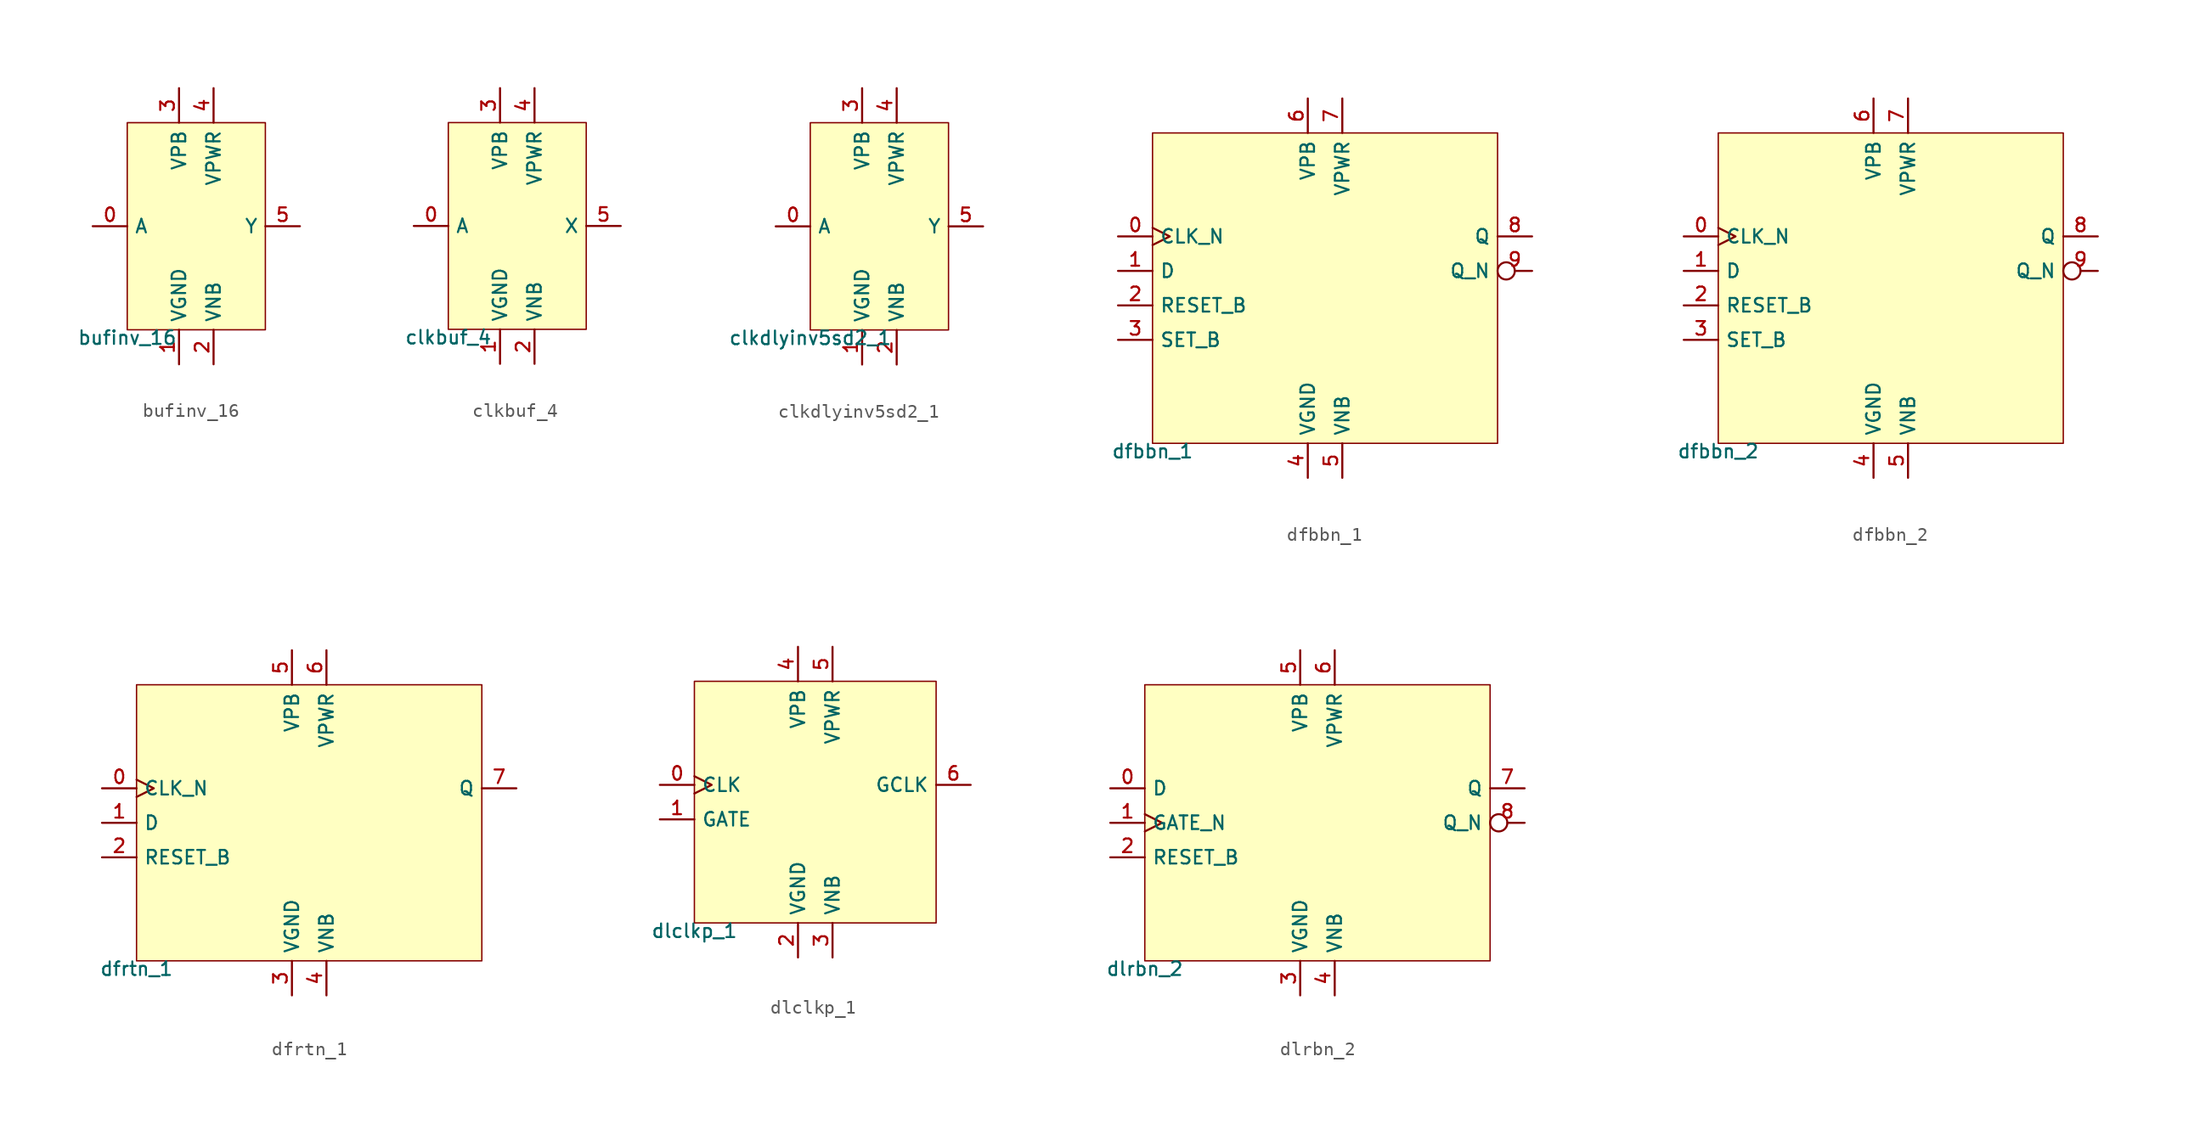
<source format=kicad_sym>
(kicad_symbol_lib
  (version 20211014)
  (generator lef2kicad_sym)
  (symbol "bufinv_16"
    (property "Reference" "CELL"
      (at 0 0 0)
      (effects (font (size 1 1)) hide))
    (property "Value" "bufinv_16"
      (at -5.08 -7.62 0)
      (effects (font (size 1 1)) (justify top)))
    (rectangle
      (start -5.08 -7.62)
      (end 5.08 7.62)
      (stroke (width 0.1) (type solid) (color 0 0 0 0))
      (fill (type background)))
    (pin input line
      (at -7.62 0.0 0)
      (length 2.54)
      (name "A" (effects (font (size 1 1)) hide))
      (number "0" (effects (font (size 1 1)) hide)))
    (pin power_in line
      (at -1.27 -10.16 90)
      (length 2.54)
      (name "VGND" (effects (font (size 1 1)) hide))
      (number "1" (effects (font (size 1 1)) hide)))
    (pin power_in line
      (at 1.27 -10.16 90)
      (length 2.54)
      (name "VNB" (effects (font (size 1 1)) hide))
      (number "2" (effects (font (size 1 1)) hide)))
    (pin power_in line
      (at -1.27 10.16 270)
      (length 2.54)
      (name "VPB" (effects (font (size 1 1)) hide))
      (number "3" (effects (font (size 1 1)) hide)))
    (pin power_in line
      (at 1.27 10.16 270)
      (length 2.54)
      (name "VPWR" (effects (font (size 1 1)) hide))
      (number "4" (effects (font (size 1 1)) hide)))
    (pin output line
      (at 7.62 0.0 180)
      (length 2.54)
      (name "Y" (effects (font (size 1 1)) hide))
      (number "5" (effects (font (size 1 1)) hide))))
  (symbol "clkbuf_4"
    (property "Reference" "CELL"
      (at 0 0 0)
      (effects (font (size 1 1)) hide))
    (property "Value" "clkbuf_4"
      (at -5.08 -7.62 0)
      (effects (font (size 1 1)) (justify top)))
    (rectangle
      (start -5.08 -7.62)
      (end 5.08 7.62)
      (stroke (width 0.1) (type solid) (color 0 0 0 0))
      (fill (type background)))
    (pin input line
      (at -7.62 0.0 0)
      (length 2.54)
      (name "A" (effects (font (size 1 1)) hide))
      (number "0" (effects (font (size 1 1)) hide)))
    (pin power_in line
      (at -1.27 -10.16 90)
      (length 2.54)
      (name "VGND" (effects (font (size 1 1)) hide))
      (number "1" (effects (font (size 1 1)) hide)))
    (pin power_in line
      (at 1.27 -10.16 90)
      (length 2.54)
      (name "VNB" (effects (font (size 1 1)) hide))
      (number "2" (effects (font (size 1 1)) hide)))
    (pin power_in line
      (at -1.27 10.16 270)
      (length 2.54)
      (name "VPB" (effects (font (size 1 1)) hide))
      (number "3" (effects (font (size 1 1)) hide)))
    (pin power_in line
      (at 1.27 10.16 270)
      (length 2.54)
      (name "VPWR" (effects (font (size 1 1)) hide))
      (number "4" (effects (font (size 1 1)) hide)))
    (pin output line
      (at 7.62 0.0 180)
      (length 2.54)
      (name "X" (effects (font (size 1 1)) hide))
      (number "5" (effects (font (size 1 1)) hide))))
  (symbol "clkdlyinv5sd2_1"
    (property "Reference" "CELL"
      (at 0 0 0)
      (effects (font (size 1 1)) hide))
    (property "Value" "clkdlyinv5sd2_1"
      (at -5.08 -7.62 0)
      (effects (font (size 1 1)) (justify top)))
    (rectangle
      (start -5.08 -7.62)
      (end 5.08 7.62)
      (stroke (width 0.1) (type solid) (color 0 0 0 0))
      (fill (type background)))
    (pin input line
      (at -7.62 0.0 0)
      (length 2.54)
      (name "A" (effects (font (size 1 1)) hide))
      (number "0" (effects (font (size 1 1)) hide)))
    (pin power_in line
      (at -1.27 -10.16 90)
      (length 2.54)
      (name "VGND" (effects (font (size 1 1)) hide))
      (number "1" (effects (font (size 1 1)) hide)))
    (pin power_in line
      (at 1.27 -10.16 90)
      (length 2.54)
      (name "VNB" (effects (font (size 1 1)) hide))
      (number "2" (effects (font (size 1 1)) hide)))
    (pin power_in line
      (at -1.27 10.16 270)
      (length 2.54)
      (name "VPB" (effects (font (size 1 1)) hide))
      (number "3" (effects (font (size 1 1)) hide)))
    (pin power_in line
      (at 1.27 10.16 270)
      (length 2.54)
      (name "VPWR" (effects (font (size 1 1)) hide))
      (number "4" (effects (font (size 1 1)) hide)))
    (pin output line
      (at 7.62 0.0 180)
      (length 2.54)
      (name "Y" (effects (font (size 1 1)) hide))
      (number "5" (effects (font (size 1 1)) hide))))
  (symbol "dfbbn_1"
    (property "Reference" "CELL"
      (at 0 0 0)
      (effects (font (size 1 1)) hide))
    (property "Value" "dfbbn_1"
      (at -12.7 -11.43 0)
      (effects (font (size 1 1)) (justify top)))
    (rectangle
      (start -12.7 -11.43)
      (end 12.7 11.43)
      (stroke (width 0.1) (type solid) (color 0 0 0 0))
      (fill (type background)))
    (pin input clock
      (at -15.24 3.81 0)
      (length 2.54)
      (name "CLK_N" (effects (font (size 1 1)) hide))
      (number "0" (effects (font (size 1 1)) hide)))
    (pin input line
      (at -15.24 1.27 0)
      (length 2.54)
      (name "D" (effects (font (size 1 1)) hide))
      (number "1" (effects (font (size 1 1)) hide)))
    (pin input line
      (at -15.24 -1.27 0)
      (length 2.54)
      (name "RESET_B" (effects (font (size 1 1)) hide))
      (number "2" (effects (font (size 1 1)) hide)))
    (pin input line
      (at -15.24 -3.81 0)
      (length 2.54)
      (name "SET_B" (effects (font (size 1 1)) hide))
      (number "3" (effects (font (size 1 1)) hide)))
    (pin power_in line
      (at -1.27 -13.97 90)
      (length 2.54)
      (name "VGND" (effects (font (size 1 1)) hide))
      (number "4" (effects (font (size 1 1)) hide)))
    (pin power_in line
      (at 1.27 -13.97 90)
      (length 2.54)
      (name "VNB" (effects (font (size 1 1)) hide))
      (number "5" (effects (font (size 1 1)) hide)))
    (pin power_in line
      (at -1.27 13.97 270)
      (length 2.54)
      (name "VPB" (effects (font (size 1 1)) hide))
      (number "6" (effects (font (size 1 1)) hide)))
    (pin power_in line
      (at 1.27 13.97 270)
      (length 2.54)
      (name "VPWR" (effects (font (size 1 1)) hide))
      (number "7" (effects (font (size 1 1)) hide)))
    (pin output line
      (at 15.24 3.81 180)
      (length 2.54)
      (name "Q" (effects (font (size 1 1)) hide))
      (number "8" (effects (font (size 1 1)) hide)))
    (pin output inverted
      (at 15.24 1.27 180)
      (length 2.54)
      (name "Q_N" (effects (font (size 1 1)) hide))
      (number "9" (effects (font (size 1 1)) hide))))
  (symbol "dfbbn_2"
    (property "Reference" "CELL"
      (at 0 0 0)
      (effects (font (size 1 1)) hide))
    (property "Value" "dfbbn_2"
      (at -12.7 -11.43 0)
      (effects (font (size 1 1)) (justify top)))
    (rectangle
      (start -12.7 -11.43)
      (end 12.7 11.43)
      (stroke (width 0.1) (type solid) (color 0 0 0 0))
      (fill (type background)))
    (pin input clock
      (at -15.24 3.81 0)
      (length 2.54)
      (name "CLK_N" (effects (font (size 1 1)) hide))
      (number "0" (effects (font (size 1 1)) hide)))
    (pin input line
      (at -15.24 1.27 0)
      (length 2.54)
      (name "D" (effects (font (size 1 1)) hide))
      (number "1" (effects (font (size 1 1)) hide)))
    (pin input line
      (at -15.24 -1.27 0)
      (length 2.54)
      (name "RESET_B" (effects (font (size 1 1)) hide))
      (number "2" (effects (font (size 1 1)) hide)))
    (pin input line
      (at -15.24 -3.81 0)
      (length 2.54)
      (name "SET_B" (effects (font (size 1 1)) hide))
      (number "3" (effects (font (size 1 1)) hide)))
    (pin power_in line
      (at -1.27 -13.97 90)
      (length 2.54)
      (name "VGND" (effects (font (size 1 1)) hide))
      (number "4" (effects (font (size 1 1)) hide)))
    (pin power_in line
      (at 1.27 -13.97 90)
      (length 2.54)
      (name "VNB" (effects (font (size 1 1)) hide))
      (number "5" (effects (font (size 1 1)) hide)))
    (pin power_in line
      (at -1.27 13.97 270)
      (length 2.54)
      (name "VPB" (effects (font (size 1 1)) hide))
      (number "6" (effects (font (size 1 1)) hide)))
    (pin power_in line
      (at 1.27 13.97 270)
      (length 2.54)
      (name "VPWR" (effects (font (size 1 1)) hide))
      (number "7" (effects (font (size 1 1)) hide)))
    (pin output line
      (at 15.24 3.81 180)
      (length 2.54)
      (name "Q" (effects (font (size 1 1)) hide))
      (number "8" (effects (font (size 1 1)) hide)))
    (pin output inverted
      (at 15.24 1.27 180)
      (length 2.54)
      (name "Q_N" (effects (font (size 1 1)) hide))
      (number "9" (effects (font (size 1 1)) hide))))
  (symbol "dfrtn_1"
    (property "Reference" "CELL"
      (at 0 0 0)
      (effects (font (size 1 1)) hide))
    (property "Value" "dfrtn_1"
      (at -12.7 -10.16 0)
      (effects (font (size 1 1)) (justify top)))
    (rectangle
      (start -12.7 -10.16)
      (end 12.7 10.16)
      (stroke (width 0.1) (type solid) (color 0 0 0 0))
      (fill (type background)))
    (pin input clock
      (at -15.24 2.54 0)
      (length 2.54)
      (name "CLK_N" (effects (font (size 1 1)) hide))
      (number "0" (effects (font (size 1 1)) hide)))
    (pin input line
      (at -15.24 0.0 0)
      (length 2.54)
      (name "D" (effects (font (size 1 1)) hide))
      (number "1" (effects (font (size 1 1)) hide)))
    (pin input line
      (at -15.24 -2.54 0)
      (length 2.54)
      (name "RESET_B" (effects (font (size 1 1)) hide))
      (number "2" (effects (font (size 1 1)) hide)))
    (pin power_in line
      (at -1.27 -12.7 90)
      (length 2.54)
      (name "VGND" (effects (font (size 1 1)) hide))
      (number "3" (effects (font (size 1 1)) hide)))
    (pin power_in line
      (at 1.27 -12.7 90)
      (length 2.54)
      (name "VNB" (effects (font (size 1 1)) hide))
      (number "4" (effects (font (size 1 1)) hide)))
    (pin power_in line
      (at -1.27 12.7 270)
      (length 2.54)
      (name "VPB" (effects (font (size 1 1)) hide))
      (number "5" (effects (font (size 1 1)) hide)))
    (pin power_in line
      (at 1.27 12.7 270)
      (length 2.54)
      (name "VPWR" (effects (font (size 1 1)) hide))
      (number "6" (effects (font (size 1 1)) hide)))
    (pin output line
      (at 15.24 2.54 180)
      (length 2.54)
      (name "Q" (effects (font (size 1 1)) hide))
      (number "7" (effects (font (size 1 1)) hide))))
  (symbol "dlclkp_1"
    (property "Reference" "CELL"
      (at 0 0 0)
      (effects (font (size 1 1)) hide))
    (property "Value" "dlclkp_1"
      (at -8.89 -8.89 0)
      (effects (font (size 1 1)) (justify top)))
    (rectangle
      (start -8.89 -8.89)
      (end 8.89 8.89)
      (stroke (width 0.1) (type solid) (color 0 0 0 0))
      (fill (type background)))
    (pin input clock
      (at -11.43 1.27 0)
      (length 2.54)
      (name "CLK" (effects (font (size 1 1)) hide))
      (number "0" (effects (font (size 1 1)) hide)))
    (pin input line
      (at -11.43 -1.27 0)
      (length 2.54)
      (name "GATE" (effects (font (size 1 1)) hide))
      (number "1" (effects (font (size 1 1)) hide)))
    (pin power_in line
      (at -1.27 -11.43 90)
      (length 2.54)
      (name "VGND" (effects (font (size 1 1)) hide))
      (number "2" (effects (font (size 1 1)) hide)))
    (pin power_in line
      (at 1.27 -11.43 90)
      (length 2.54)
      (name "VNB" (effects (font (size 1 1)) hide))
      (number "3" (effects (font (size 1 1)) hide)))
    (pin power_in line
      (at -1.27 11.43 270)
      (length 2.54)
      (name "VPB" (effects (font (size 1 1)) hide))
      (number "4" (effects (font (size 1 1)) hide)))
    (pin power_in line
      (at 1.27 11.43 270)
      (length 2.54)
      (name "VPWR" (effects (font (size 1 1)) hide))
      (number "5" (effects (font (size 1 1)) hide)))
    (pin output line
      (at 11.43 1.27 180)
      (length 2.54)
      (name "GCLK" (effects (font (size 1 1)) hide))
      (number "6" (effects (font (size 1 1)) hide))))
  (symbol "dlrbn_2"
    (property "Reference" "CELL"
      (at 0 0 0)
      (effects (font (size 1 1)) hide))
    (property "Value" "dlrbn_2"
      (at -12.7 -10.16 0)
      (effects (font (size 1 1)) (justify top)))
    (rectangle
      (start -12.7 -10.16)
      (end 12.7 10.16)
      (stroke (width 0.1) (type solid) (color 0 0 0 0))
      (fill (type background)))
    (pin input line
      (at -15.24 2.54 0)
      (length 2.54)
      (name "D" (effects (font (size 1 1)) hide))
      (number "0" (effects (font (size 1 1)) hide)))
    (pin input clock
      (at -15.24 0.0 0)
      (length 2.54)
      (name "GATE_N" (effects (font (size 1 1)) hide))
      (number "1" (effects (font (size 1 1)) hide)))
    (pin input line
      (at -15.24 -2.54 0)
      (length 2.54)
      (name "RESET_B" (effects (font (size 1 1)) hide))
      (number "2" (effects (font (size 1 1)) hide)))
    (pin power_in line
      (at -1.27 -12.7 90)
      (length 2.54)
      (name "VGND" (effects (font (size 1 1)) hide))
      (number "3" (effects (font (size 1 1)) hide)))
    (pin power_in line
      (at 1.27 -12.7 90)
      (length 2.54)
      (name "VNB" (effects (font (size 1 1)) hide))
      (number "4" (effects (font (size 1 1)) hide)))
    (pin power_in line
      (at -1.27 12.7 270)
      (length 2.54)
      (name "VPB" (effects (font (size 1 1)) hide))
      (number "5" (effects (font (size 1 1)) hide)))
    (pin power_in line
      (at 1.27 12.7 270)
      (length 2.54)
      (name "VPWR" (effects (font (size 1 1)) hide))
      (number "6" (effects (font (size 1 1)) hide)))
    (pin output line
      (at 15.24 2.54 180)
      (length 2.54)
      (name "Q" (effects (font (size 1 1)) hide))
      (number "7" (effects (font (size 1 1)) hide)))
    (pin output inverted
      (at 15.24 0.0 180)
      (length 2.54)
      (name "Q_N" (effects (font (size 1 1)) hide))
      (number "8" (effects (font (size 1 1)) hide)))))
</source>
